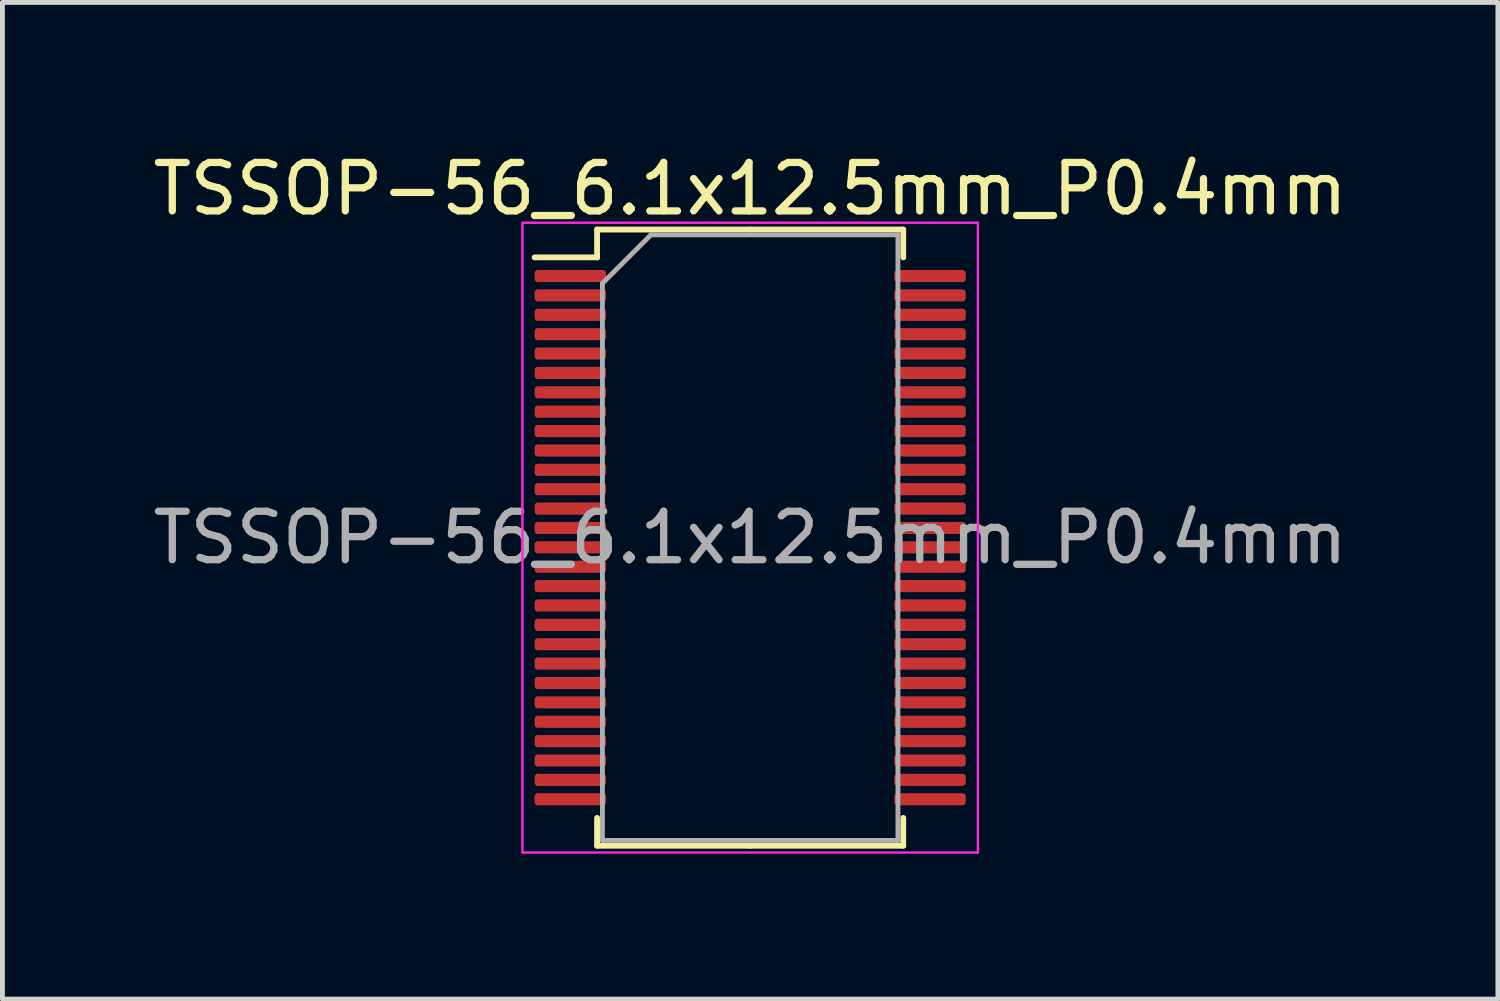
<source format=kicad_pcb>
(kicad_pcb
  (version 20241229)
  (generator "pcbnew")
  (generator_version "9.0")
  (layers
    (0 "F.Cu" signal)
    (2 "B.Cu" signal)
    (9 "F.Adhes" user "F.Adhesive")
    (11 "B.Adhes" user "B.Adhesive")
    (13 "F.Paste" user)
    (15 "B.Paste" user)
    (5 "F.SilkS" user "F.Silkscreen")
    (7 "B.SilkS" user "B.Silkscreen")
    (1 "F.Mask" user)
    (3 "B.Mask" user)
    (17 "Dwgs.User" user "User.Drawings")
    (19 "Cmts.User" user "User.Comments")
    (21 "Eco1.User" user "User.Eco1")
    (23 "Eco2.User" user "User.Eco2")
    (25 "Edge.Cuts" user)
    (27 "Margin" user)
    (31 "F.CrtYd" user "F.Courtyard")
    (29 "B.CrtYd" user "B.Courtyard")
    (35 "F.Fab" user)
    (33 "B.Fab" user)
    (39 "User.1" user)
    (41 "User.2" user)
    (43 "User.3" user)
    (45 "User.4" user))
  (footprint "TSSOP-56_6.1x12.5mm_P0.4mm"
    (layer "F.Cu")
    (at 12.435 8.048)
    (property "Reference" "TSSOP-56_6.1x12.5mm_P0.4mm" (at 0 -7.2 0) (layer "F.SilkS") (effects (font (size 1 1) (thickness 0.15))))
    (attr smd)
    (fp_line (start -3.16 -6.36) (end -3.16 -5.785) (stroke (width 0.12) (type solid)) (layer "F.SilkS"))
    (fp_line (start -3.16 -5.785) (end -4.45 -5.785) (stroke (width 0.12) (type solid)) (layer "F.SilkS"))
    (fp_line (start -3.16 6.36) (end -3.16 5.785) (stroke (width 0.12) (type solid)) (layer "F.SilkS"))
    (fp_line (start 0 -6.36) (end -3.16 -6.36) (stroke (width 0.12) (type solid)) (layer "F.SilkS"))
    (fp_line (start 0 -6.36) (end 3.16 -6.36) (stroke (width 0.12) (type solid)) (layer "F.SilkS"))
    (fp_line (start 0 6.36) (end -3.16 6.36) (stroke (width 0.12) (type solid)) (layer "F.SilkS"))
    (fp_line (start 0 6.36) (end 3.16 6.36) (stroke (width 0.12) (type solid)) (layer "F.SilkS"))
    (fp_line (start 3.16 -6.36) (end 3.16 -5.785) (stroke (width 0.12) (type solid)) (layer "F.SilkS"))
    (fp_line (start 3.16 6.36) (end 3.16 5.785) (stroke (width 0.12) (type solid)) (layer "F.SilkS"))
    (fp_line (start -4.7 -6.5) (end -4.7 6.5) (stroke (width 0.05) (type solid)) (layer "F.CrtYd"))
    (fp_line (start -4.7 6.5) (end 4.7 6.5) (stroke (width 0.05) (type solid)) (layer "F.CrtYd"))
    (fp_line (start 4.7 -6.5) (end -4.7 -6.5) (stroke (width 0.05) (type solid)) (layer "F.CrtYd"))
    (fp_line (start 4.7 6.5) (end 4.7 -6.5) (stroke (width 0.05) (type solid)) (layer "F.CrtYd"))
    (fp_line (start -3.05 -5.25) (end -2.05 -6.25) (stroke (width 0.1) (type solid)) (layer "F.Fab"))
    (fp_line (start -3.05 6.25) (end -3.05 -5.25) (stroke (width 0.1) (type solid)) (layer "F.Fab"))
    (fp_line (start -2.05 -6.25) (end 3.05 -6.25) (stroke (width 0.1) (type solid)) (layer "F.Fab"))
    (fp_line (start 3.05 -6.25) (end 3.05 6.25) (stroke (width 0.1) (type solid)) (layer "F.Fab"))
    (fp_line (start 3.05 6.25) (end -3.05 6.25) (stroke (width 0.1) (type solid)) (layer "F.Fab"))
    (fp_text user "${REFERENCE}" (at 0 0 0) (layer "F.Fab") (effects (font (size 1 1) (thickness 0.15))))
    (pad "1" smd roundrect (at -3.712 -5.4) (size 1.475 0.25) (layers "F.Cu" "F.Mask" "F.Paste") (roundrect_rratio 0.25))
    (pad "2" smd roundrect (at -3.712 -5) (size 1.475 0.25) (layers "F.Cu" "F.Mask" "F.Paste") (roundrect_rratio 0.25))
    (pad "3" smd roundrect (at -3.712 -4.6) (size 1.475 0.25) (layers "F.Cu" "F.Mask" "F.Paste") (roundrect_rratio 0.25))
    (pad "4" smd roundrect (at -3.712 -4.2) (size 1.475 0.25) (layers "F.Cu" "F.Mask" "F.Paste") (roundrect_rratio 0.25))
    (pad "5" smd roundrect (at -3.712 -3.8) (size 1.475 0.25) (layers "F.Cu" "F.Mask" "F.Paste") (roundrect_rratio 0.25))
    (pad "6" smd roundrect (at -3.712 -3.4) (size 1.475 0.25) (layers "F.Cu" "F.Mask" "F.Paste") (roundrect_rratio 0.25))
    (pad "7" smd roundrect (at -3.712 -3) (size 1.475 0.25) (layers "F.Cu" "F.Mask" "F.Paste") (roundrect_rratio 0.25))
    (pad "8" smd roundrect (at -3.712 -2.6) (size 1.475 0.25) (layers "F.Cu" "F.Mask" "F.Paste") (roundrect_rratio 0.25))
    (pad "9" smd roundrect (at -3.712 -2.2) (size 1.475 0.25) (layers "F.Cu" "F.Mask" "F.Paste") (roundrect_rratio 0.25))
    (pad "10" smd roundrect (at -3.712 -1.8) (size 1.475 0.25) (layers "F.Cu" "F.Mask" "F.Paste") (roundrect_rratio 0.25))
    (pad "11" smd roundrect (at -3.712 -1.4) (size 1.475 0.25) (layers "F.Cu" "F.Mask" "F.Paste") (roundrect_rratio 0.25))
    (pad "12" smd roundrect (at -3.712 -1) (size 1.475 0.25) (layers "F.Cu" "F.Mask" "F.Paste") (roundrect_rratio 0.25))
    (pad "13" smd roundrect (at -3.712 -0.6) (size 1.475 0.25) (layers "F.Cu" "F.Mask" "F.Paste") (roundrect_rratio 0.25))
    (pad "14" smd roundrect (at -3.712 -0.2) (size 1.475 0.25) (layers "F.Cu" "F.Mask" "F.Paste") (roundrect_rratio 0.25))
    (pad "15" smd roundrect (at -3.712 0.2) (size 1.475 0.25) (layers "F.Cu" "F.Mask" "F.Paste") (roundrect_rratio 0.25))
    (pad "16" smd roundrect (at -3.712 0.6) (size 1.475 0.25) (layers "F.Cu" "F.Mask" "F.Paste") (roundrect_rratio 0.25))
    (pad "17" smd roundrect (at -3.712 1) (size 1.475 0.25) (layers "F.Cu" "F.Mask" "F.Paste") (roundrect_rratio 0.25))
    (pad "18" smd roundrect (at -3.712 1.4) (size 1.475 0.25) (layers "F.Cu" "F.Mask" "F.Paste") (roundrect_rratio 0.25))
    (pad "19" smd roundrect (at -3.712 1.8) (size 1.475 0.25) (layers "F.Cu" "F.Mask" "F.Paste") (roundrect_rratio 0.25))
    (pad "20" smd roundrect (at -3.712 2.2) (size 1.475 0.25) (layers "F.Cu" "F.Mask" "F.Paste") (roundrect_rratio 0.25))
    (pad "21" smd roundrect (at -3.712 2.6) (size 1.475 0.25) (layers "F.Cu" "F.Mask" "F.Paste") (roundrect_rratio 0.25))
    (pad "22" smd roundrect (at -3.712 3) (size 1.475 0.25) (layers "F.Cu" "F.Mask" "F.Paste") (roundrect_rratio 0.25))
    (pad "23" smd roundrect (at -3.712 3.4) (size 1.475 0.25) (layers "F.Cu" "F.Mask" "F.Paste") (roundrect_rratio 0.25))
    (pad "24" smd roundrect (at -3.712 3.8) (size 1.475 0.25) (layers "F.Cu" "F.Mask" "F.Paste") (roundrect_rratio 0.25))
    (pad "25" smd roundrect (at -3.712 4.2) (size 1.475 0.25) (layers "F.Cu" "F.Mask" "F.Paste") (roundrect_rratio 0.25))
    (pad "26" smd roundrect (at -3.712 4.6) (size 1.475 0.25) (layers "F.Cu" "F.Mask" "F.Paste") (roundrect_rratio 0.25))
    (pad "27" smd roundrect (at -3.712 5) (size 1.475 0.25) (layers "F.Cu" "F.Mask" "F.Paste") (roundrect_rratio 0.25))
    (pad "28" smd roundrect (at -3.712 5.4) (size 1.475 0.25) (layers "F.Cu" "F.Mask" "F.Paste") (roundrect_rratio 0.25))
    (pad "29" smd roundrect (at 3.712 5.4) (size 1.475 0.25) (layers "F.Cu" "F.Mask" "F.Paste") (roundrect_rratio 0.25))
    (pad "30" smd roundrect (at 3.712 5) (size 1.475 0.25) (layers "F.Cu" "F.Mask" "F.Paste") (roundrect_rratio 0.25))
    (pad "31" smd roundrect (at 3.712 4.6) (size 1.475 0.25) (layers "F.Cu" "F.Mask" "F.Paste") (roundrect_rratio 0.25))
    (pad "32" smd roundrect (at 3.712 4.2) (size 1.475 0.25) (layers "F.Cu" "F.Mask" "F.Paste") (roundrect_rratio 0.25))
    (pad "33" smd roundrect (at 3.712 3.8) (size 1.475 0.25) (layers "F.Cu" "F.Mask" "F.Paste") (roundrect_rratio 0.25))
    (pad "34" smd roundrect (at 3.712 3.4) (size 1.475 0.25) (layers "F.Cu" "F.Mask" "F.Paste") (roundrect_rratio 0.25))
    (pad "35" smd roundrect (at 3.712 3) (size 1.475 0.25) (layers "F.Cu" "F.Mask" "F.Paste") (roundrect_rratio 0.25))
    (pad "36" smd roundrect (at 3.712 2.6) (size 1.475 0.25) (layers "F.Cu" "F.Mask" "F.Paste") (roundrect_rratio 0.25))
    (pad "37" smd roundrect (at 3.712 2.2) (size 1.475 0.25) (layers "F.Cu" "F.Mask" "F.Paste") (roundrect_rratio 0.25))
    (pad "38" smd roundrect (at 3.712 1.8) (size 1.475 0.25) (layers "F.Cu" "F.Mask" "F.Paste") (roundrect_rratio 0.25))
    (pad "39" smd roundrect (at 3.712 1.4) (size 1.475 0.25) (layers "F.Cu" "F.Mask" "F.Paste") (roundrect_rratio 0.25))
    (pad "40" smd roundrect (at 3.712 1) (size 1.475 0.25) (layers "F.Cu" "F.Mask" "F.Paste") (roundrect_rratio 0.25))
    (pad "41" smd roundrect (at 3.712 0.6) (size 1.475 0.25) (layers "F.Cu" "F.Mask" "F.Paste") (roundrect_rratio 0.25))
    (pad "42" smd roundrect (at 3.712 0.2) (size 1.475 0.25) (layers "F.Cu" "F.Mask" "F.Paste") (roundrect_rratio 0.25))
    (pad "43" smd roundrect (at 3.712 -0.2) (size 1.475 0.25) (layers "F.Cu" "F.Mask" "F.Paste") (roundrect_rratio 0.25))
    (pad "44" smd roundrect (at 3.712 -0.6) (size 1.475 0.25) (layers "F.Cu" "F.Mask" "F.Paste") (roundrect_rratio 0.25))
    (pad "45" smd roundrect (at 3.712 -1) (size 1.475 0.25) (layers "F.Cu" "F.Mask" "F.Paste") (roundrect_rratio 0.25))
    (pad "46" smd roundrect (at 3.712 -1.4) (size 1.475 0.25) (layers "F.Cu" "F.Mask" "F.Paste") (roundrect_rratio 0.25))
    (pad "47" smd roundrect (at 3.712 -1.8) (size 1.475 0.25) (layers "F.Cu" "F.Mask" "F.Paste") (roundrect_rratio 0.25))
    (pad "48" smd roundrect (at 3.712 -2.2) (size 1.475 0.25) (layers "F.Cu" "F.Mask" "F.Paste") (roundrect_rratio 0.25))
    (pad "49" smd roundrect (at 3.712 -2.6) (size 1.475 0.25) (layers "F.Cu" "F.Mask" "F.Paste") (roundrect_rratio 0.25))
    (pad "50" smd roundrect (at 3.712 -3) (size 1.475 0.25) (layers "F.Cu" "F.Mask" "F.Paste") (roundrect_rratio 0.25))
    (pad "51" smd roundrect (at 3.712 -3.4) (size 1.475 0.25) (layers "F.Cu" "F.Mask" "F.Paste") (roundrect_rratio 0.25))
    (pad "52" smd roundrect (at 3.712 -3.8) (size 1.475 0.25) (layers "F.Cu" "F.Mask" "F.Paste") (roundrect_rratio 0.25))
    (pad "53" smd roundrect (at 3.712 -4.2) (size 1.475 0.25) (layers "F.Cu" "F.Mask" "F.Paste") (roundrect_rratio 0.25))
    (pad "54" smd roundrect (at 3.712 -4.6) (size 1.475 0.25) (layers "F.Cu" "F.Mask" "F.Paste") (roundrect_rratio 0.25))
    (pad "55" smd roundrect (at 3.712 -5) (size 1.475 0.25) (layers "F.Cu" "F.Mask" "F.Paste") (roundrect_rratio 0.25))
    (pad "56" smd roundrect (at 3.712 -5.4) (size 1.475 0.25) (layers "F.Cu" "F.Mask" "F.Paste") (roundrect_rratio 0.25)))
  (gr_rect
    (start -3 -3)
    (end 27.869 17.573)
    (stroke (width 0.1) (type default))
    (fill no)
    (layer "Edge.Cuts")))
</source>
